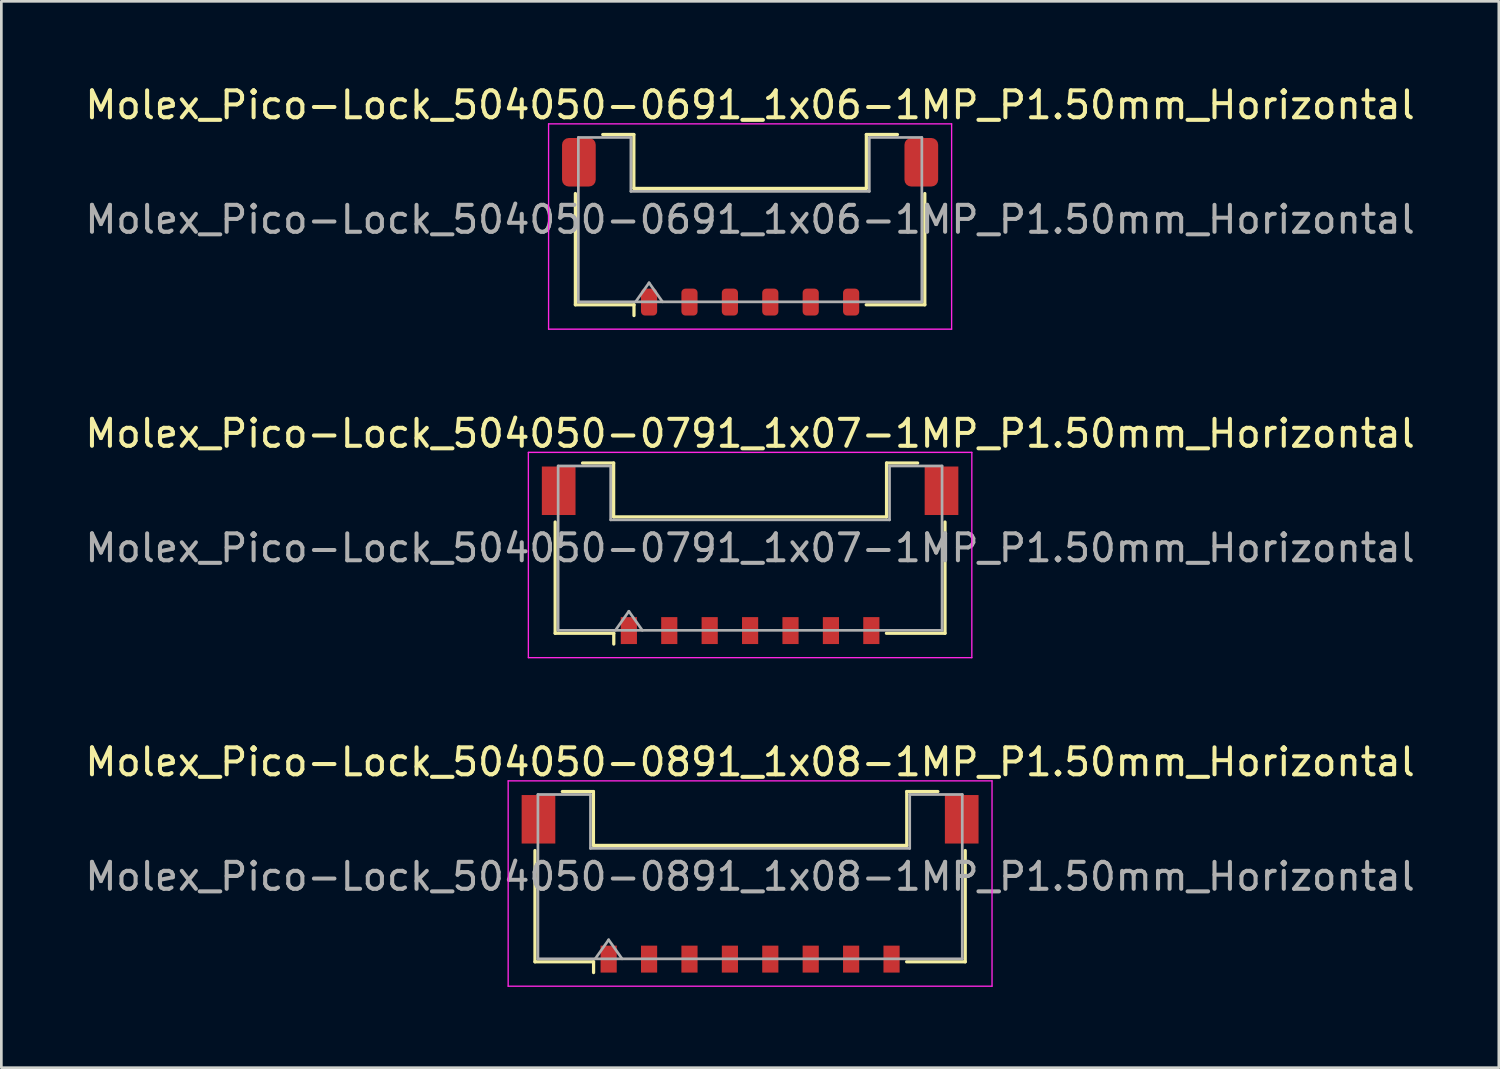
<source format=kicad_pcb>
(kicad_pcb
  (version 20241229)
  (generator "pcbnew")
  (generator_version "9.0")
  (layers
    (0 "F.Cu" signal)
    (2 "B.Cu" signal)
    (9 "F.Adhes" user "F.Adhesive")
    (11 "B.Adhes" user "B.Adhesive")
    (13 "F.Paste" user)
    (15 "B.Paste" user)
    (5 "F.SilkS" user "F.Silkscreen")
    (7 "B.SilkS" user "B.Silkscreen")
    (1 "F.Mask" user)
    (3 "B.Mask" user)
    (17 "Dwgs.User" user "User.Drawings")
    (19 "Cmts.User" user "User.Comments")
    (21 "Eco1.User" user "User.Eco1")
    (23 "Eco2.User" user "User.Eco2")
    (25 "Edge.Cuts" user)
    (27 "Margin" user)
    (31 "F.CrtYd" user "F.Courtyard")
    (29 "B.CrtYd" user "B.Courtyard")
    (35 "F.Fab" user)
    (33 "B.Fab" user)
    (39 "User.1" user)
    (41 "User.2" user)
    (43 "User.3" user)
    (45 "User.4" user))
  (footprint "Molex_Pico-Lock_504050-0691_1x06-1MP_P1.50mm_Horizontal"
    (layer "F.Cu")
    (at 24.792 5.368)
    (property "Reference" "Molex_Pico-Lock_504050-0691_1x06-1MP_P1.50mm_Horizontal" (at 0 -4.52 0) (layer "F.SilkS") (effects (font (size 1 1) (thickness 0.15))))
    (attr smd)
    (fp_line (start -6.485 -1.235) (end -6.485 2.895) (stroke (width 0.12) (type solid)) (layer "F.SilkS"))
    (fp_line (start -6.485 2.895) (end -4.31 2.895) (stroke (width 0.12) (type solid)) (layer "F.SilkS"))
    (fp_line (start -5.47 -3.425) (end -4.315 -3.425) (stroke (width 0.12) (type solid)) (layer "F.SilkS"))
    (fp_line (start -4.315 -3.425) (end -4.315 -1.425) (stroke (width 0.12) (type solid)) (layer "F.SilkS"))
    (fp_line (start -4.315 -1.425) (end 4.315 -1.425) (stroke (width 0.12) (type solid)) (layer "F.SilkS"))
    (fp_line (start -4.31 2.895) (end -4.31 3.295) (stroke (width 0.12) (type solid)) (layer "F.SilkS"))
    (fp_line (start 4.315 -3.425) (end 5.47 -3.425) (stroke (width 0.12) (type solid)) (layer "F.SilkS"))
    (fp_line (start 4.315 -1.425) (end 4.315 -3.425) (stroke (width 0.12) (type solid)) (layer "F.SilkS"))
    (fp_line (start 6.485 -1.235) (end 6.485 2.895) (stroke (width 0.12) (type solid)) (layer "F.SilkS"))
    (fp_line (start 6.485 2.895) (end 4.31 2.895) (stroke (width 0.12) (type solid)) (layer "F.SilkS"))
    (fp_line (start -7.48 -3.82) (end -7.48 3.8) (stroke (width 0.05) (type solid)) (layer "F.CrtYd"))
    (fp_line (start -7.48 3.8) (end 7.48 3.8) (stroke (width 0.05) (type solid)) (layer "F.CrtYd"))
    (fp_line (start 7.48 -3.82) (end -7.48 -3.82) (stroke (width 0.05) (type solid)) (layer "F.CrtYd"))
    (fp_line (start 7.48 3.8) (end 7.48 -3.82) (stroke (width 0.05) (type solid)) (layer "F.CrtYd"))
    (fp_line (start -6.375 -3.315) (end -4.425 -3.315) (stroke (width 0.1) (type solid)) (layer "F.Fab"))
    (fp_line (start -6.375 2.785) (end -6.375 -3.315) (stroke (width 0.1) (type solid)) (layer "F.Fab"))
    (fp_line (start -6.375 2.785) (end 6.375 2.785) (stroke (width 0.1) (type solid)) (layer "F.Fab"))
    (fp_line (start -4.425 -3.315) (end -4.425 -1.315) (stroke (width 0.1) (type solid)) (layer "F.Fab"))
    (fp_line (start -4.425 -1.315) (end 4.425 -1.315) (stroke (width 0.1) (type solid)) (layer "F.Fab"))
    (fp_line (start -4.25 2.785) (end -3.75 2.078) (stroke (width 0.1) (type solid)) (layer "F.Fab"))
    (fp_line (start -3.75 2.078) (end -3.25 2.785) (stroke (width 0.1) (type solid)) (layer "F.Fab"))
    (fp_line (start 4.425 -3.315) (end 6.375 -3.315) (stroke (width 0.1) (type solid)) (layer "F.Fab"))
    (fp_line (start 4.425 -1.315) (end 4.425 -3.315) (stroke (width 0.1) (type solid)) (layer "F.Fab"))
    (fp_line (start 6.375 2.785) (end 6.375 -3.315) (stroke (width 0.1) (type solid)) (layer "F.Fab"))
    (fp_text user "${REFERENCE}" (at 0 -0.27 0) (layer "F.Fab") (effects (font (size 1 1) (thickness 0.15))))
    (pad "1" smd roundrect (at -3.75 2.795) (size 0.6 1) (layers "F.Cu" "F.Mask" "F.Paste") (roundrect_rratio 0.25))
    (pad "2" smd roundrect (at -2.25 2.795) (size 0.6 1) (layers "F.Cu" "F.Mask" "F.Paste") (roundrect_rratio 0.25))
    (pad "3" smd roundrect (at -0.75 2.795) (size 0.6 1) (layers "F.Cu" "F.Mask" "F.Paste") (roundrect_rratio 0.25))
    (pad "4" smd roundrect (at 0.75 2.795) (size 0.6 1) (layers "F.Cu" "F.Mask" "F.Paste") (roundrect_rratio 0.25))
    (pad "5" smd roundrect (at 2.25 2.795) (size 0.6 1) (layers "F.Cu" "F.Mask" "F.Paste") (roundrect_rratio 0.25))
    (pad "6" smd roundrect (at 3.75 2.795) (size 0.6 1) (layers "F.Cu" "F.Mask" "F.Paste") (roundrect_rratio 0.25))
    (pad "MP" smd roundrect (at -6.355 -2.395) (size 1.25 1.8) (layers "F.Cu" "F.Mask" "F.Paste") (roundrect_rratio 0.2))
    (pad "MP" smd roundrect (at 6.355 -2.395) (size 1.25 1.8) (layers "F.Cu" "F.Mask" "F.Paste") (roundrect_rratio 0.2)))
  (footprint "Molex_Pico-Lock_504050-0891_1x08-1MP_P1.50mm_Horizontal"
    (layer "F.Cu")
    (at 24.792 29.755)
    (property "Reference" "Molex_Pico-Lock_504050-0891_1x08-1MP_P1.50mm_Horizontal" (at 0 -4.52 0) (layer "F.SilkS") (effects (font (size 1 1) (thickness 0.15))))
    (attr smd)
    (fp_line (start -7.985 -1.235) (end -7.985 2.895) (stroke (width 0.12) (type solid)) (layer "F.SilkS"))
    (fp_line (start -7.985 2.895) (end -5.81 2.895) (stroke (width 0.12) (type solid)) (layer "F.SilkS"))
    (fp_line (start -6.97 -3.425) (end -5.815 -3.425) (stroke (width 0.12) (type solid)) (layer "F.SilkS"))
    (fp_line (start -5.815 -3.425) (end -5.815 -1.425) (stroke (width 0.12) (type solid)) (layer "F.SilkS"))
    (fp_line (start -5.815 -1.425) (end 5.815 -1.425) (stroke (width 0.12) (type solid)) (layer "F.SilkS"))
    (fp_line (start -5.81 2.895) (end -5.81 3.295) (stroke (width 0.12) (type solid)) (layer "F.SilkS"))
    (fp_line (start 5.815 -3.425) (end 6.97 -3.425) (stroke (width 0.12) (type solid)) (layer "F.SilkS"))
    (fp_line (start 5.815 -1.425) (end 5.815 -3.425) (stroke (width 0.12) (type solid)) (layer "F.SilkS"))
    (fp_line (start 7.985 -1.235) (end 7.985 2.895) (stroke (width 0.12) (type solid)) (layer "F.SilkS"))
    (fp_line (start 7.985 2.895) (end 5.81 2.895) (stroke (width 0.12) (type solid)) (layer "F.SilkS"))
    (fp_line (start -8.98 -3.82) (end -8.98 3.8) (stroke (width 0.05) (type solid)) (layer "F.CrtYd"))
    (fp_line (start -8.98 3.8) (end 8.98 3.8) (stroke (width 0.05) (type solid)) (layer "F.CrtYd"))
    (fp_line (start 8.98 -3.82) (end -8.98 -3.82) (stroke (width 0.05) (type solid)) (layer "F.CrtYd"))
    (fp_line (start 8.98 3.8) (end 8.98 -3.82) (stroke (width 0.05) (type solid)) (layer "F.CrtYd"))
    (fp_line (start -7.875 -3.315) (end -5.925 -3.315) (stroke (width 0.1) (type solid)) (layer "F.Fab"))
    (fp_line (start -7.875 2.785) (end -7.875 -3.315) (stroke (width 0.1) (type solid)) (layer "F.Fab"))
    (fp_line (start -7.875 2.785) (end 7.875 2.785) (stroke (width 0.1) (type solid)) (layer "F.Fab"))
    (fp_line (start -5.925 -3.315) (end -5.925 -1.315) (stroke (width 0.1) (type solid)) (layer "F.Fab"))
    (fp_line (start -5.925 -1.315) (end 5.925 -1.315) (stroke (width 0.1) (type solid)) (layer "F.Fab"))
    (fp_line (start -5.75 2.785) (end -5.25 2.078) (stroke (width 0.1) (type solid)) (layer "F.Fab"))
    (fp_line (start -5.25 2.078) (end -4.75 2.785) (stroke (width 0.1) (type solid)) (layer "F.Fab"))
    (fp_line (start 5.925 -3.315) (end 7.875 -3.315) (stroke (width 0.1) (type solid)) (layer "F.Fab"))
    (fp_line (start 5.925 -1.315) (end 5.925 -3.315) (stroke (width 0.1) (type solid)) (layer "F.Fab"))
    (fp_line (start 7.875 2.785) (end 7.875 -3.315) (stroke (width 0.1) (type solid)) (layer "F.Fab"))
    (fp_text user "${REFERENCE}" (at 0 -0.27 0) (layer "F.Fab") (effects (font (size 1 1) (thickness 0.15))))
    (pad "1" smd rect (at -5.25 2.795) (size 0.6 1) (layers "F.Cu" "F.Mask" "F.Paste"))
    (pad "2" smd rect (at -3.75 2.795) (size 0.6 1) (layers "F.Cu" "F.Mask" "F.Paste"))
    (pad "3" smd rect (at -2.25 2.795) (size 0.6 1) (layers "F.Cu" "F.Mask" "F.Paste"))
    (pad "4" smd rect (at -0.75 2.795) (size 0.6 1) (layers "F.Cu" "F.Mask" "F.Paste"))
    (pad "5" smd rect (at 0.75 2.795) (size 0.6 1) (layers "F.Cu" "F.Mask" "F.Paste"))
    (pad "6" smd rect (at 2.25 2.795) (size 0.6 1) (layers "F.Cu" "F.Mask" "F.Paste"))
    (pad "7" smd rect (at 3.75 2.795) (size 0.6 1) (layers "F.Cu" "F.Mask" "F.Paste"))
    (pad "8" smd rect (at 5.25 2.795) (size 0.6 1) (layers "F.Cu" "F.Mask" "F.Paste"))
    (pad "MP" smd rect (at -7.855 -2.395) (size 1.25 1.8) (layers "F.Cu" "F.Mask" "F.Paste"))
    (pad "MP" smd rect (at 7.855 -2.395) (size 1.25 1.8) (layers "F.Cu" "F.Mask" "F.Paste")))
  (footprint "Molex_Pico-Lock_504050-0791_1x07-1MP_P1.50mm_Horizontal"
    (layer "F.Cu")
    (at 24.792 17.561)
    (property "Reference" "Molex_Pico-Lock_504050-0791_1x07-1MP_P1.50mm_Horizontal" (at 0 -4.52 0) (layer "F.SilkS") (effects (font (size 1 1) (thickness 0.15))))
    (attr smd)
    (fp_line (start -7.235 -1.235) (end -7.235 2.895) (stroke (width 0.12) (type solid)) (layer "F.SilkS"))
    (fp_line (start -7.235 2.895) (end -5.06 2.895) (stroke (width 0.12) (type solid)) (layer "F.SilkS"))
    (fp_line (start -6.22 -3.425) (end -5.065 -3.425) (stroke (width 0.12) (type solid)) (layer "F.SilkS"))
    (fp_line (start -5.065 -3.425) (end -5.065 -1.425) (stroke (width 0.12) (type solid)) (layer "F.SilkS"))
    (fp_line (start -5.065 -1.425) (end 5.065 -1.425) (stroke (width 0.12) (type solid)) (layer "F.SilkS"))
    (fp_line (start -5.06 2.895) (end -5.06 3.295) (stroke (width 0.12) (type solid)) (layer "F.SilkS"))
    (fp_line (start 5.065 -3.425) (end 6.22 -3.425) (stroke (width 0.12) (type solid)) (layer "F.SilkS"))
    (fp_line (start 5.065 -1.425) (end 5.065 -3.425) (stroke (width 0.12) (type solid)) (layer "F.SilkS"))
    (fp_line (start 7.235 -1.235) (end 7.235 2.895) (stroke (width 0.12) (type solid)) (layer "F.SilkS"))
    (fp_line (start 7.235 2.895) (end 5.06 2.895) (stroke (width 0.12) (type solid)) (layer "F.SilkS"))
    (fp_line (start -8.23 -3.82) (end -8.23 3.8) (stroke (width 0.05) (type solid)) (layer "F.CrtYd"))
    (fp_line (start -8.23 3.8) (end 8.23 3.8) (stroke (width 0.05) (type solid)) (layer "F.CrtYd"))
    (fp_line (start 8.23 -3.82) (end -8.23 -3.82) (stroke (width 0.05) (type solid)) (layer "F.CrtYd"))
    (fp_line (start 8.23 3.8) (end 8.23 -3.82) (stroke (width 0.05) (type solid)) (layer "F.CrtYd"))
    (fp_line (start -7.125 -3.315) (end -5.175 -3.315) (stroke (width 0.1) (type solid)) (layer "F.Fab"))
    (fp_line (start -7.125 2.785) (end -7.125 -3.315) (stroke (width 0.1) (type solid)) (layer "F.Fab"))
    (fp_line (start -7.125 2.785) (end 7.125 2.785) (stroke (width 0.1) (type solid)) (layer "F.Fab"))
    (fp_line (start -5.175 -3.315) (end -5.175 -1.315) (stroke (width 0.1) (type solid)) (layer "F.Fab"))
    (fp_line (start -5.175 -1.315) (end 5.175 -1.315) (stroke (width 0.1) (type solid)) (layer "F.Fab"))
    (fp_line (start -5 2.785) (end -4.5 2.078) (stroke (width 0.1) (type solid)) (layer "F.Fab"))
    (fp_line (start -4.5 2.078) (end -4 2.785) (stroke (width 0.1) (type solid)) (layer "F.Fab"))
    (fp_line (start 5.175 -3.315) (end 7.125 -3.315) (stroke (width 0.1) (type solid)) (layer "F.Fab"))
    (fp_line (start 5.175 -1.315) (end 5.175 -3.315) (stroke (width 0.1) (type solid)) (layer "F.Fab"))
    (fp_line (start 7.125 2.785) (end 7.125 -3.315) (stroke (width 0.1) (type solid)) (layer "F.Fab"))
    (fp_text user "${REFERENCE}" (at 0 -0.27 0) (layer "F.Fab") (effects (font (size 1 1) (thickness 0.15))))
    (pad "1" smd rect (at -4.5 2.795) (size 0.6 1) (layers "F.Cu" "F.Mask" "F.Paste"))
    (pad "2" smd rect (at -3 2.795) (size 0.6 1) (layers "F.Cu" "F.Mask" "F.Paste"))
    (pad "3" smd rect (at -1.5 2.795) (size 0.6 1) (layers "F.Cu" "F.Mask" "F.Paste"))
    (pad "4" smd rect (at 0 2.795) (size 0.6 1) (layers "F.Cu" "F.Mask" "F.Paste"))
    (pad "5" smd rect (at 1.5 2.795) (size 0.6 1) (layers "F.Cu" "F.Mask" "F.Paste"))
    (pad "6" smd rect (at 3 2.795) (size 0.6 1) (layers "F.Cu" "F.Mask" "F.Paste"))
    (pad "7" smd rect (at 4.5 2.795) (size 0.6 1) (layers "F.Cu" "F.Mask" "F.Paste"))
    (pad "MP" smd rect (at -7.105 -2.395) (size 1.25 1.8) (layers "F.Cu" "F.Mask" "F.Paste"))
    (pad "MP" smd rect (at 7.105 -2.395) (size 1.25 1.8) (layers "F.Cu" "F.Mask" "F.Paste")))
  (gr_rect
    (start -3 -3)
    (end 52.583 36.58)
    (stroke (width 0.1) (type default))
    (fill no)
    (layer "Edge.Cuts")))
</source>
